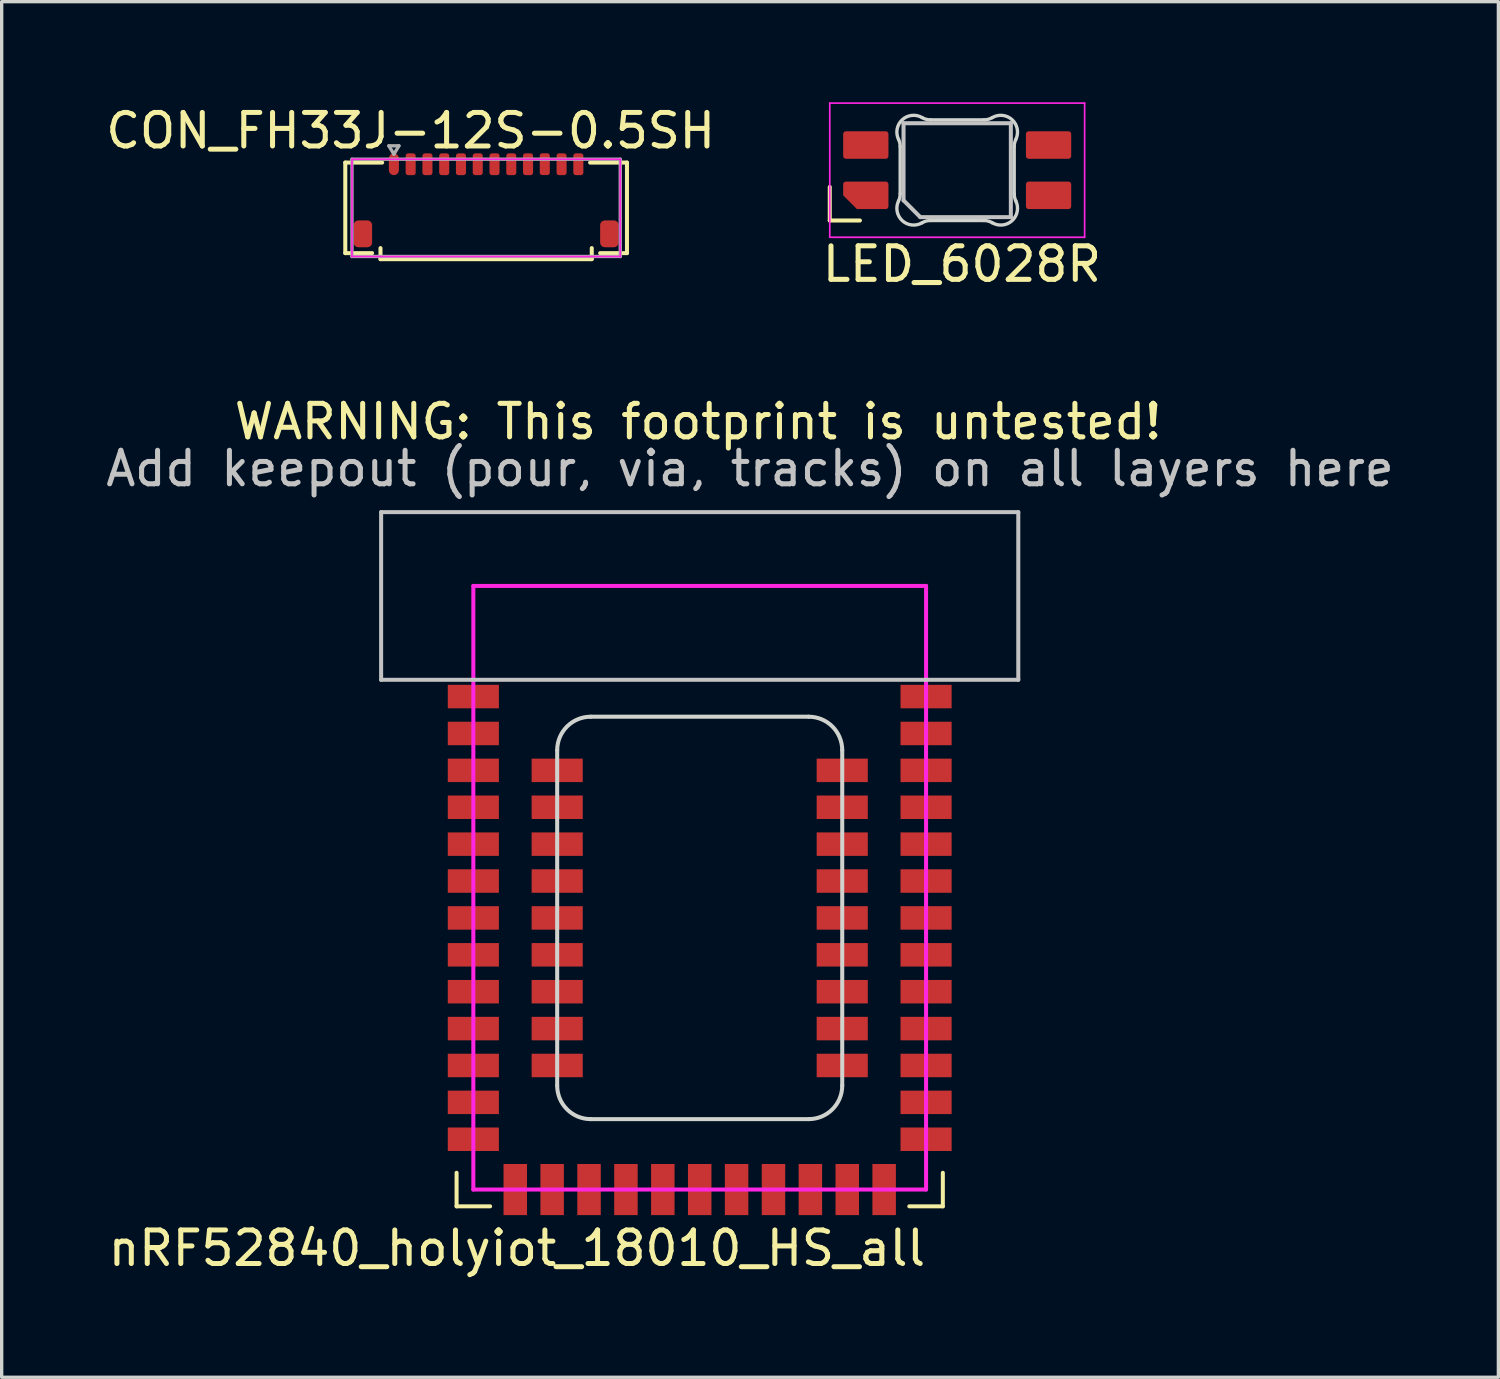
<source format=kicad_pcb>
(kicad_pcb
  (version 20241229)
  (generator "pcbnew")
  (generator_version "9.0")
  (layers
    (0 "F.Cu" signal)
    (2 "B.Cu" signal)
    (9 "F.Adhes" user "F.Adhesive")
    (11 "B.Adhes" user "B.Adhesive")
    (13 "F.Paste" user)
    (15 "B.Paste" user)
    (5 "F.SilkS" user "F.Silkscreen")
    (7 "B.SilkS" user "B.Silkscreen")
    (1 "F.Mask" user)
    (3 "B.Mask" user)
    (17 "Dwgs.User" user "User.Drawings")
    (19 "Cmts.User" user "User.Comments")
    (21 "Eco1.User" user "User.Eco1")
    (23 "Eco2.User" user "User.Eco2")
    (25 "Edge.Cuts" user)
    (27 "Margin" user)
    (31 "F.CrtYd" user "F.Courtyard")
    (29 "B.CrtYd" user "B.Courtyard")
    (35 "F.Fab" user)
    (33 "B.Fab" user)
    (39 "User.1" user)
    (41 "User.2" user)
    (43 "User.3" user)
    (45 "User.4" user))
  (footprint "nRF52840_holyiot_18010_HS_all"
    (layer "F.Cu")
    (at 17.815 23.422)
    (property "Reference" "nRF52840_holyiot_18010_HS_all" (at -5.45 10.75 0) (layer "F.SilkS") (effects (font (size 1 1) (thickness 0.15))))
    (attr smd)
    (fp_line (start -7.25 8.5) (end -7.25 9.5) (stroke (width 0.12) (type solid)) (layer "F.SilkS"))
    (fp_line (start -6.25 9.5) (end -7.25 9.5) (stroke (width 0.12) (type solid)) (layer "F.SilkS"))
    (fp_line (start 6.25 9.5) (end 7.25 9.5) (stroke (width 0.12) (type solid)) (layer "F.SilkS"))
    (fp_line (start 7.25 8.5) (end 7.25 9.5) (stroke (width 0.12) (type solid)) (layer "F.SilkS"))
    (fp_line (start -9.5 -11.2) (end 9.5 -11.2) (stroke (width 0.12) (type solid)) (layer "Dwgs.User"))
    (fp_line (start -9.5 -6.2) (end -9.5 -11.2) (stroke (width 0.12) (type solid)) (layer "Dwgs.User"))
    (fp_line (start 9.5 -11.2) (end 9.5 -6.2) (stroke (width 0.12) (type solid)) (layer "Dwgs.User"))
    (fp_line (start 9.5 -6.2) (end -9.5 -6.2) (stroke (width 0.12) (type solid)) (layer "Dwgs.User"))
    (fp_line (start -4.25 5.9) (end -4.25 -4.1) (stroke (width 0.12) (type solid)) (layer "Edge.Cuts"))
    (fp_line (start -3.25 -5.1) (end 3.25 -5.1) (stroke (width 0.12) (type solid)) (layer "Edge.Cuts"))
    (fp_line (start 3.25 6.9) (end -3.25 6.9) (stroke (width 0.12) (type solid)) (layer "Edge.Cuts"))
    (fp_line (start 4.25 -4.1) (end 4.25 5.9) (stroke (width 0.12) (type solid)) (layer "Edge.Cuts"))
    (fp_arc (start -4.25 -4.1) (mid -3.957107 -4.807107) (end -3.25 -5.1) (stroke (width 0.12) (type solid)) (layer "Edge.Cuts"))
    (fp_arc (start -3.25 6.9) (mid -3.957107 6.607107) (end -4.25 5.9) (stroke (width 0.12) (type solid)) (layer "Edge.Cuts"))
    (fp_arc (start 3.25 -5.1) (mid 3.957107 -4.807107) (end 4.25 -4.1) (stroke (width 0.12) (type solid)) (layer "Edge.Cuts"))
    (fp_arc (start 4.25 5.9) (mid 3.957107 6.607107) (end 3.25 6.9) (stroke (width 0.12) (type solid)) (layer "Edge.Cuts"))
    (fp_line (start -6.75 -9) (end 6.75 -9) (stroke (width 0.12) (type solid)) (layer "F.CrtYd"))
    (fp_line (start -6.75 9) (end -6.75 -9) (stroke (width 0.12) (type solid)) (layer "F.CrtYd"))
    (fp_line (start 6.75 -9) (end 6.75 9) (stroke (width 0.12) (type solid)) (layer "F.CrtYd"))
    (fp_line (start 6.75 9) (end -6.75 9) (stroke (width 0.12) (type solid)) (layer "F.CrtYd"))
    (fp_text user "WARNING: This footprint is untested!" (at -0.05 -13.9 0) (layer "F.SilkS") (effects (font (size 1 1) (thickness 0.15))))
    (fp_text user "Add keepout (pour, via, tracks) on all layers here" (at 1.5 -12.5 0) (layer "Dwgs.User") (effects (font (size 1 1) (thickness 0.15))))
    (pad "1" smd rect (at -6.75 -5.7) (size 1.524 0.7) (layers "F.Cu" "F.Mask" "F.Paste"))
    (pad "2" smd rect (at -6.75 -4.6) (size 1.524 0.7) (layers "F.Cu" "F.Mask" "F.Paste"))
    (pad "3" smd rect (at -6.75 -3.5) (size 1.524 0.7) (layers "F.Cu" "F.Mask" "F.Paste"))
    (pad "4" smd rect (at -6.75 -2.4) (size 1.524 0.7) (layers "F.Cu" "F.Mask" "F.Paste"))
    (pad "5" smd rect (at -6.75 -1.3) (size 1.524 0.7) (layers "F.Cu" "F.Mask" "F.Paste"))
    (pad "6" smd rect (at -6.75 -0.2) (size 1.524 0.7) (layers "F.Cu" "F.Mask" "F.Paste"))
    (pad "7" smd rect (at -6.75 0.9) (size 1.524 0.7) (layers "F.Cu" "F.Mask" "F.Paste"))
    (pad "8" smd rect (at -6.75 2) (size 1.524 0.7) (layers "F.Cu" "F.Mask" "F.Paste"))
    (pad "9" smd rect (at -6.75 3.1) (size 1.524 0.7) (layers "F.Cu" "F.Mask" "F.Paste"))
    (pad "10" smd rect (at -6.75 4.2) (size 1.524 0.7) (layers "F.Cu" "F.Mask" "F.Paste"))
    (pad "11" smd rect (at -6.75 5.3) (size 1.524 0.7) (layers "F.Cu" "F.Mask" "F.Paste"))
    (pad "12" smd rect (at -6.75 6.4) (size 1.524 0.7) (layers "F.Cu" "F.Mask" "F.Paste"))
    (pad "13" smd rect (at -6.75 7.5) (size 1.524 0.7) (layers "F.Cu" "F.Mask" "F.Paste"))
    (pad "14" smd rect (at -5.5 9 90) (size 1.524 0.7) (layers "F.Cu" "F.Mask" "F.Paste"))
    (pad "15" smd rect (at -4.4 9 90) (size 1.524 0.7) (layers "F.Cu" "F.Mask" "F.Paste"))
    (pad "16" smd rect (at -3.3 9 90) (size 1.524 0.7) (layers "F.Cu" "F.Mask" "F.Paste"))
    (pad "17" smd rect (at -2.2 9 90) (size 1.524 0.7) (layers "F.Cu" "F.Mask" "F.Paste"))
    (pad "18" smd rect (at -1.1 9 90) (size 1.524 0.7) (layers "F.Cu" "F.Mask" "F.Paste"))
    (pad "19" smd rect (at 0 9 90) (size 1.524 0.7) (layers "F.Cu" "F.Mask" "F.Paste"))
    (pad "20" smd rect (at 1.1 9 90) (size 1.524 0.7) (layers "F.Cu" "F.Mask" "F.Paste"))
    (pad "21" smd rect (at 2.2 9 90) (size 1.524 0.7) (layers "F.Cu" "F.Mask" "F.Paste"))
    (pad "22" smd rect (at 3.3 9 90) (size 1.524 0.7) (layers "F.Cu" "F.Mask" "F.Paste"))
    (pad "23" smd rect (at 4.4 9 90) (size 1.524 0.7) (layers "F.Cu" "F.Mask" "F.Paste"))
    (pad "24" smd rect (at 5.5 9 90) (size 1.524 0.7) (layers "F.Cu" "F.Mask" "F.Paste"))
    (pad "25" smd rect (at 6.75 7.5 180) (size 1.524 0.7) (layers "F.Cu" "F.Mask" "F.Paste"))
    (pad "26" smd rect (at 6.75 6.4 180) (size 1.524 0.7) (layers "F.Cu" "F.Mask" "F.Paste"))
    (pad "27" smd rect (at 6.75 5.3 180) (size 1.524 0.7) (layers "F.Cu" "F.Mask" "F.Paste"))
    (pad "28" smd rect (at 6.75 4.2 180) (size 1.524 0.7) (layers "F.Cu" "F.Mask" "F.Paste"))
    (pad "29" smd rect (at 6.75 3.1 180) (size 1.524 0.7) (layers "F.Cu" "F.Mask" "F.Paste"))
    (pad "30" smd rect (at 6.75 2 180) (size 1.524 0.7) (layers "F.Cu" "F.Mask" "F.Paste"))
    (pad "31" smd rect (at 6.75 0.9 180) (size 1.524 0.7) (layers "F.Cu" "F.Mask" "F.Paste"))
    (pad "32" smd rect (at 6.75 -0.2 180) (size 1.524 0.7) (layers "F.Cu" "F.Mask" "F.Paste"))
    (pad "33" smd rect (at 6.75 -1.3 180) (size 1.524 0.7) (layers "F.Cu" "F.Mask" "F.Paste"))
    (pad "34" smd rect (at 6.75 -2.4 180) (size 1.524 0.7) (layers "F.Cu" "F.Mask" "F.Paste"))
    (pad "35" smd rect (at 6.75 -3.5 180) (size 1.524 0.7) (layers "F.Cu" "F.Mask" "F.Paste"))
    (pad "36" smd rect (at 6.75 -4.6 180) (size 1.524 0.7) (layers "F.Cu" "F.Mask" "F.Paste"))
    (pad "37" smd rect (at 6.75 -5.7 180) (size 1.524 0.7) (layers "F.Cu" "F.Mask" "F.Paste"))
    (pad "38" smd rect (at -4.25 -3.5 180) (size 1.524 0.7) (layers "F.Cu" "F.Mask" "F.Paste"))
    (pad "39" smd rect (at -4.25 -2.4 180) (size 1.524 0.7) (layers "F.Cu" "F.Mask" "F.Paste"))
    (pad "40" smd rect (at -4.25 -1.3 180) (size 1.524 0.7) (layers "F.Cu" "F.Mask" "F.Paste"))
    (pad "41" smd rect (at -4.25 -0.2 180) (size 1.524 0.7) (layers "F.Cu" "F.Mask" "F.Paste"))
    (pad "42" smd rect (at -4.25 0.9 180) (size 1.524 0.7) (layers "F.Cu" "F.Mask" "F.Paste"))
    (pad "43" smd rect (at -4.25 2 180) (size 1.524 0.7) (layers "F.Cu" "F.Mask" "F.Paste"))
    (pad "44" smd rect (at -4.25 3.1 180) (size 1.524 0.7) (layers "F.Cu" "F.Mask" "F.Paste"))
    (pad "45" smd rect (at -4.25 4.2 180) (size 1.524 0.7) (layers "F.Cu" "F.Mask" "F.Paste"))
    (pad "46" smd rect (at -4.25 5.3 180) (size 1.524 0.7) (layers "F.Cu" "F.Mask" "F.Paste"))
    (pad "47" smd rect (at 4.25 -3.5 180) (size 1.524 0.7) (layers "F.Cu" "F.Mask" "F.Paste"))
    (pad "48" smd rect (at 4.25 -2.4 180) (size 1.524 0.7) (layers "F.Cu" "F.Mask" "F.Paste"))
    (pad "49" smd rect (at 4.25 -1.3 180) (size 1.524 0.7) (layers "F.Cu" "F.Mask" "F.Paste"))
    (pad "50" smd rect (at 4.25 -0.2 180) (size 1.524 0.7) (layers "F.Cu" "F.Mask" "F.Paste"))
    (pad "51" smd rect (at 4.25 0.9 180) (size 1.524 0.7) (layers "F.Cu" "F.Mask" "F.Paste"))
    (pad "52" smd rect (at 4.25 2 180) (size 1.524 0.7) (layers "F.Cu" "F.Mask" "F.Paste"))
    (pad "53" smd rect (at 4.25 3.1 180) (size 1.524 0.7) (layers "F.Cu" "F.Mask" "F.Paste"))
    (pad "54" smd rect (at 4.25 4.2 180) (size 1.524 0.7) (layers "F.Cu" "F.Mask" "F.Paste"))
    (pad "55" smd rect (at 4.25 5.3 180) (size 1.524 0.7) (layers "F.Cu" "F.Mask" "F.Paste")))
  (footprint "CON_FH33J-12S-0.5SH"
    (layer "F.Cu")
    (at 8.696 1.848)
    (property "Reference" "CON_FH33J-12S-0.5SH" (at 0.5 -1 0) (layer "F.SilkS") (effects (font (size 1 1) (thickness 0.15))))
    (attr smd)
    (fp_line (start -1.45 -0.05) (end -0.35 -0.05) (stroke (width 0.12) (type solid)) (layer "F.SilkS"))
    (fp_line (start -1.45 2.65) (end -1.45 -0.05) (stroke (width 0.12) (type solid)) (layer "F.SilkS"))
    (fp_line (start -0.65 2.65) (end -1.45 2.65) (stroke (width 0.12) (type solid)) (layer "F.SilkS"))
    (fp_line (start -0.4 2.5) (end -0.4 2.83) (stroke (width 0.12) (type solid)) (layer "F.SilkS"))
    (fp_line (start 5.9 2.5) (end 5.9 2.83) (stroke (width 0.12) (type solid)) (layer "F.SilkS"))
    (fp_line (start 5.9 2.83) (end -0.4 2.83) (stroke (width 0.12) (type solid)) (layer "F.SilkS"))
    (fp_line (start 6.15 2.65) (end 6.95 2.65) (stroke (width 0.12) (type solid)) (layer "F.SilkS"))
    (fp_line (start 6.95 -0.05) (end 5.85 -0.05) (stroke (width 0.12) (type solid)) (layer "F.SilkS"))
    (fp_line (start 6.95 2.65) (end 6.95 -0.05) (stroke (width 0.12) (type solid)) (layer "F.SilkS"))
    (fp_line (start -1.25 -0.15) (end 6.75 -0.15) (stroke (width 0.05) (type solid)) (layer "F.CrtYd"))
    (fp_line (start -1.25 2.75) (end -1.25 -0.15) (stroke (width 0.05) (type solid)) (layer "F.CrtYd"))
    (fp_line (start 6.75 -0.15) (end 6.75 2.75) (stroke (width 0.05) (type solid)) (layer "F.CrtYd"))
    (fp_line (start 6.75 2.75) (end -1.25 2.75) (stroke (width 0.05) (type solid)) (layer "F.CrtYd"))
    (fp_line (start -1.25 -0.15) (end -1.25 2.75) (stroke (width 0.1) (type solid)) (layer "F.Fab"))
    (fp_line (start -1.25 2.75) (end 6.75 2.75) (stroke (width 0.1) (type solid)) (layer "F.Fab"))
    (fp_line (start -0.15 -0.55) (end 0.15 -0.55) (stroke (width 0.1) (type solid)) (layer "F.Fab"))
    (fp_line (start 0 -0.3) (end -0.15 -0.55) (stroke (width 0.1) (type solid)) (layer "F.Fab"))
    (fp_line (start 0.15 -0.55) (end 0 -0.3) (stroke (width 0.1) (type solid)) (layer "F.Fab"))
    (fp_line (start 6.75 -0.15) (end -1.25 -0.15) (stroke (width 0.1) (type solid)) (layer "F.Fab"))
    (fp_line (start 6.75 2.75) (end 6.75 -0.15) (stroke (width 0.1) (type solid)) (layer "F.Fab"))
    (pad "1" smd roundrect (at 0 0) (size 0.3 0.65) (layers "F.Cu" "F.Mask" "F.Paste") (roundrect_rratio 0.5))
    (pad "2" smd roundrect (at 0.5 0) (size 0.3 0.65) (layers "F.Cu" "F.Mask" "F.Paste") (roundrect_rratio 0.25))
    (pad "3" smd roundrect (at 1 0) (size 0.3 0.65) (layers "F.Cu" "F.Mask" "F.Paste") (roundrect_rratio 0.25))
    (pad "4" smd roundrect (at 1.5 0) (size 0.3 0.65) (layers "F.Cu" "F.Mask" "F.Paste") (roundrect_rratio 0.25))
    (pad "5" smd roundrect (at 2 0) (size 0.3 0.65) (layers "F.Cu" "F.Mask" "F.Paste") (roundrect_rratio 0.25))
    (pad "6" smd roundrect (at 2.5 0) (size 0.3 0.65) (layers "F.Cu" "F.Mask" "F.Paste") (roundrect_rratio 0.25))
    (pad "7" smd roundrect (at 3 0) (size 0.3 0.65) (layers "F.Cu" "F.Mask" "F.Paste") (roundrect_rratio 0.25))
    (pad "8" smd roundrect (at 3.5 0) (size 0.3 0.65) (layers "F.Cu" "F.Mask" "F.Paste") (roundrect_rratio 0.25))
    (pad "9" smd roundrect (at 4 0) (size 0.3 0.65) (layers "F.Cu" "F.Mask" "F.Paste") (roundrect_rratio 0.25))
    (pad "10" smd roundrect (at 4.499 -0.002) (size 0.3 0.65) (layers "F.Cu" "F.Mask" "F.Paste") (roundrect_rratio 0.25))
    (pad "11" smd roundrect (at 5 0) (size 0.3 0.65) (layers "F.Cu" "F.Mask" "F.Paste") (roundrect_rratio 0.25))
    (pad "12" smd roundrect (at 5.5 0) (size 0.3 0.65) (layers "F.Cu" "F.Mask" "F.Paste") (roundrect_rratio 0.25))
    (pad "MP" smd roundrect (at -0.925 2.075) (size 0.55 0.8) (layers "F.Cu" "F.Mask" "F.Paste") (roundrect_rratio 0.25))
    (pad "MP" smd roundrect (at 6.425 2.075) (size 0.55 0.8) (layers "F.Cu" "F.Mask" "F.Paste") (roundrect_rratio 0.25)))
  (footprint "LED_6028R"
    (layer "F.Cu")
    (at 25.493 2.025)
    (property "Reference" "LED_6028R" (at -4.1 2.8 0) (layer "F.SilkS") (effects (font (size 1 1) (thickness 0.15)) (justify left)))
    (attr smd)
    (fp_line (start -3.8 0.5) (end -3.8 1.5) (stroke (width 0.12) (type solid)) (layer "F.SilkS"))
    (fp_line (start -3.8 1.5) (end -2.9 1.5) (stroke (width 0.12) (type solid)) (layer "F.SilkS"))
    (fp_line (start -1.6 -1.4) (end 1.6 -1.4) (stroke (width 0.12) (type solid)) (layer "Dwgs.User"))
    (fp_line (start -1.6 0.9) (end -1.6 -1.4) (stroke (width 0.12) (type solid)) (layer "Dwgs.User"))
    (fp_line (start -1.6 0.9) (end -1.1 1.4) (stroke (width 0.12) (type solid)) (layer "Dwgs.User"))
    (fp_line (start 1.6 -1.4) (end 1.6 1.4) (stroke (width 0.12) (type solid)) (layer "Dwgs.User"))
    (fp_line (start 1.6 1.4) (end -1.1 1.4) (stroke (width 0.12) (type solid)) (layer "Dwgs.User"))
    (fp_line (start -1.7 -0.703) (end -1.7 0.703) (stroke (width 0.1) (type solid)) (layer "Edge.Cuts"))
    (fp_line (start -0.794 1.5) (end 0.794 1.5) (stroke (width 0.1) (type solid)) (layer "Edge.Cuts"))
    (fp_line (start 0.794 -1.5) (end -0.794 -1.5) (stroke (width 0.1) (type solid)) (layer "Edge.Cuts"))
    (fp_line (start 1.7 0.703) (end 1.7 -0.703) (stroke (width 0.1) (type solid)) (layer "Edge.Cuts"))
    (fp_arc (start -1.749484 -0.919721) (mid -1.712527 -0.814069) (end -1.699999 -0.702844) (stroke (width 0.1) (type solid)) (layer "Edge.Cuts"))
    (fp_arc (start -1.749484 -0.919721) (mid -1.638071 -1.504036) (end -1.046711 -1.568299) (stroke (width 0.1) (type solid)) (layer "Edge.Cuts"))
    (fp_arc (start -1.699999 0.702841) (mid -1.712527 0.814067) (end -1.749484 0.919719) (stroke (width 0.1) (type solid)) (layer "Edge.Cuts"))
    (fp_arc (start -1.046711 1.568298) (mid -1.638072 1.504034) (end -1.749484 0.919718) (stroke (width 0.1) (type solid)) (layer "Edge.Cuts"))
    (fp_arc (start -1.046711 1.568298) (mid -0.925123 1.517376) (end -0.794452 1.499999) (stroke (width 0.1) (type solid)) (layer "Edge.Cuts"))
    (fp_arc (start -0.794453 -1.5) (mid -0.925123 -1.517377) (end -1.046711 -1.568299) (stroke (width 0.1) (type solid)) (layer "Edge.Cuts"))
    (fp_arc (start 0.794452 1.499999) (mid 0.925122 1.517376) (end 1.04671 1.568298) (stroke (width 0.1) (type solid)) (layer "Edge.Cuts"))
    (fp_arc (start 1.046711 -1.5683) (mid 0.925123 -1.517378) (end 0.794453 -1.500001) (stroke (width 0.1) (type solid)) (layer "Edge.Cuts"))
    (fp_arc (start 1.046711 -1.5683) (mid 1.638071 -1.504036) (end 1.749484 -0.919721) (stroke (width 0.1) (type solid)) (layer "Edge.Cuts"))
    (fp_arc (start 1.699999 -0.702843) (mid 1.712527 -0.814069) (end 1.749484 -0.919721) (stroke (width 0.1) (type solid)) (layer "Edge.Cuts"))
    (fp_arc (start 1.749484 0.919719) (mid 1.63807 1.504033) (end 1.046711 1.568296) (stroke (width 0.1) (type solid)) (layer "Edge.Cuts"))
    (fp_arc (start 1.749484 0.919719) (mid 1.712527 0.814067) (end 1.699999 0.702842) (stroke (width 0.1) (type solid)) (layer "Edge.Cuts"))
    (fp_line (start -3.8 -2) (end 3.8 -2) (stroke (width 0.05) (type solid)) (layer "F.CrtYd"))
    (fp_line (start -3.8 2) (end -3.8 -2) (stroke (width 0.05) (type solid)) (layer "F.CrtYd"))
    (fp_line (start 3.8 -2) (end 3.8 2) (stroke (width 0.05) (type solid)) (layer "F.CrtYd"))
    (fp_line (start 3.8 2) (end -3.8 2) (stroke (width 0.05) (type solid)) (layer "F.CrtYd"))
    (pad "1" smd roundrect (at 2.725 -0.75 90) (size 0.82 1.35) (layers "F.Cu" "F.Mask" "F.Paste") (roundrect_rratio 0.1))
    (pad "2" smd roundrect (at 2.725 0.75 90) (size 0.82 1.35) (layers "F.Cu" "F.Mask" "F.Paste") (roundrect_rratio 0.1))
    (pad "3" smd roundrect (at -2.725 -0.75 90) (size 0.82 1.35) (layers "F.Cu" "F.Mask" "F.Paste") (roundrect_rratio 0.1))
    (pad "4" smd roundrect (at -2.725 0.75 90) (size 0.82 1.35) (layers "F.Cu" "F.Mask" "F.Paste") (roundrect_rratio 0.1) (chamfer_ratio 0.5) (chamfer top_left)))
  (gr_rect
    (start -3 -3)
    (end 41.631 38.02)
    (stroke (width 0.1) (type default))
    (fill no)
    (layer "Edge.Cuts")))
</source>
